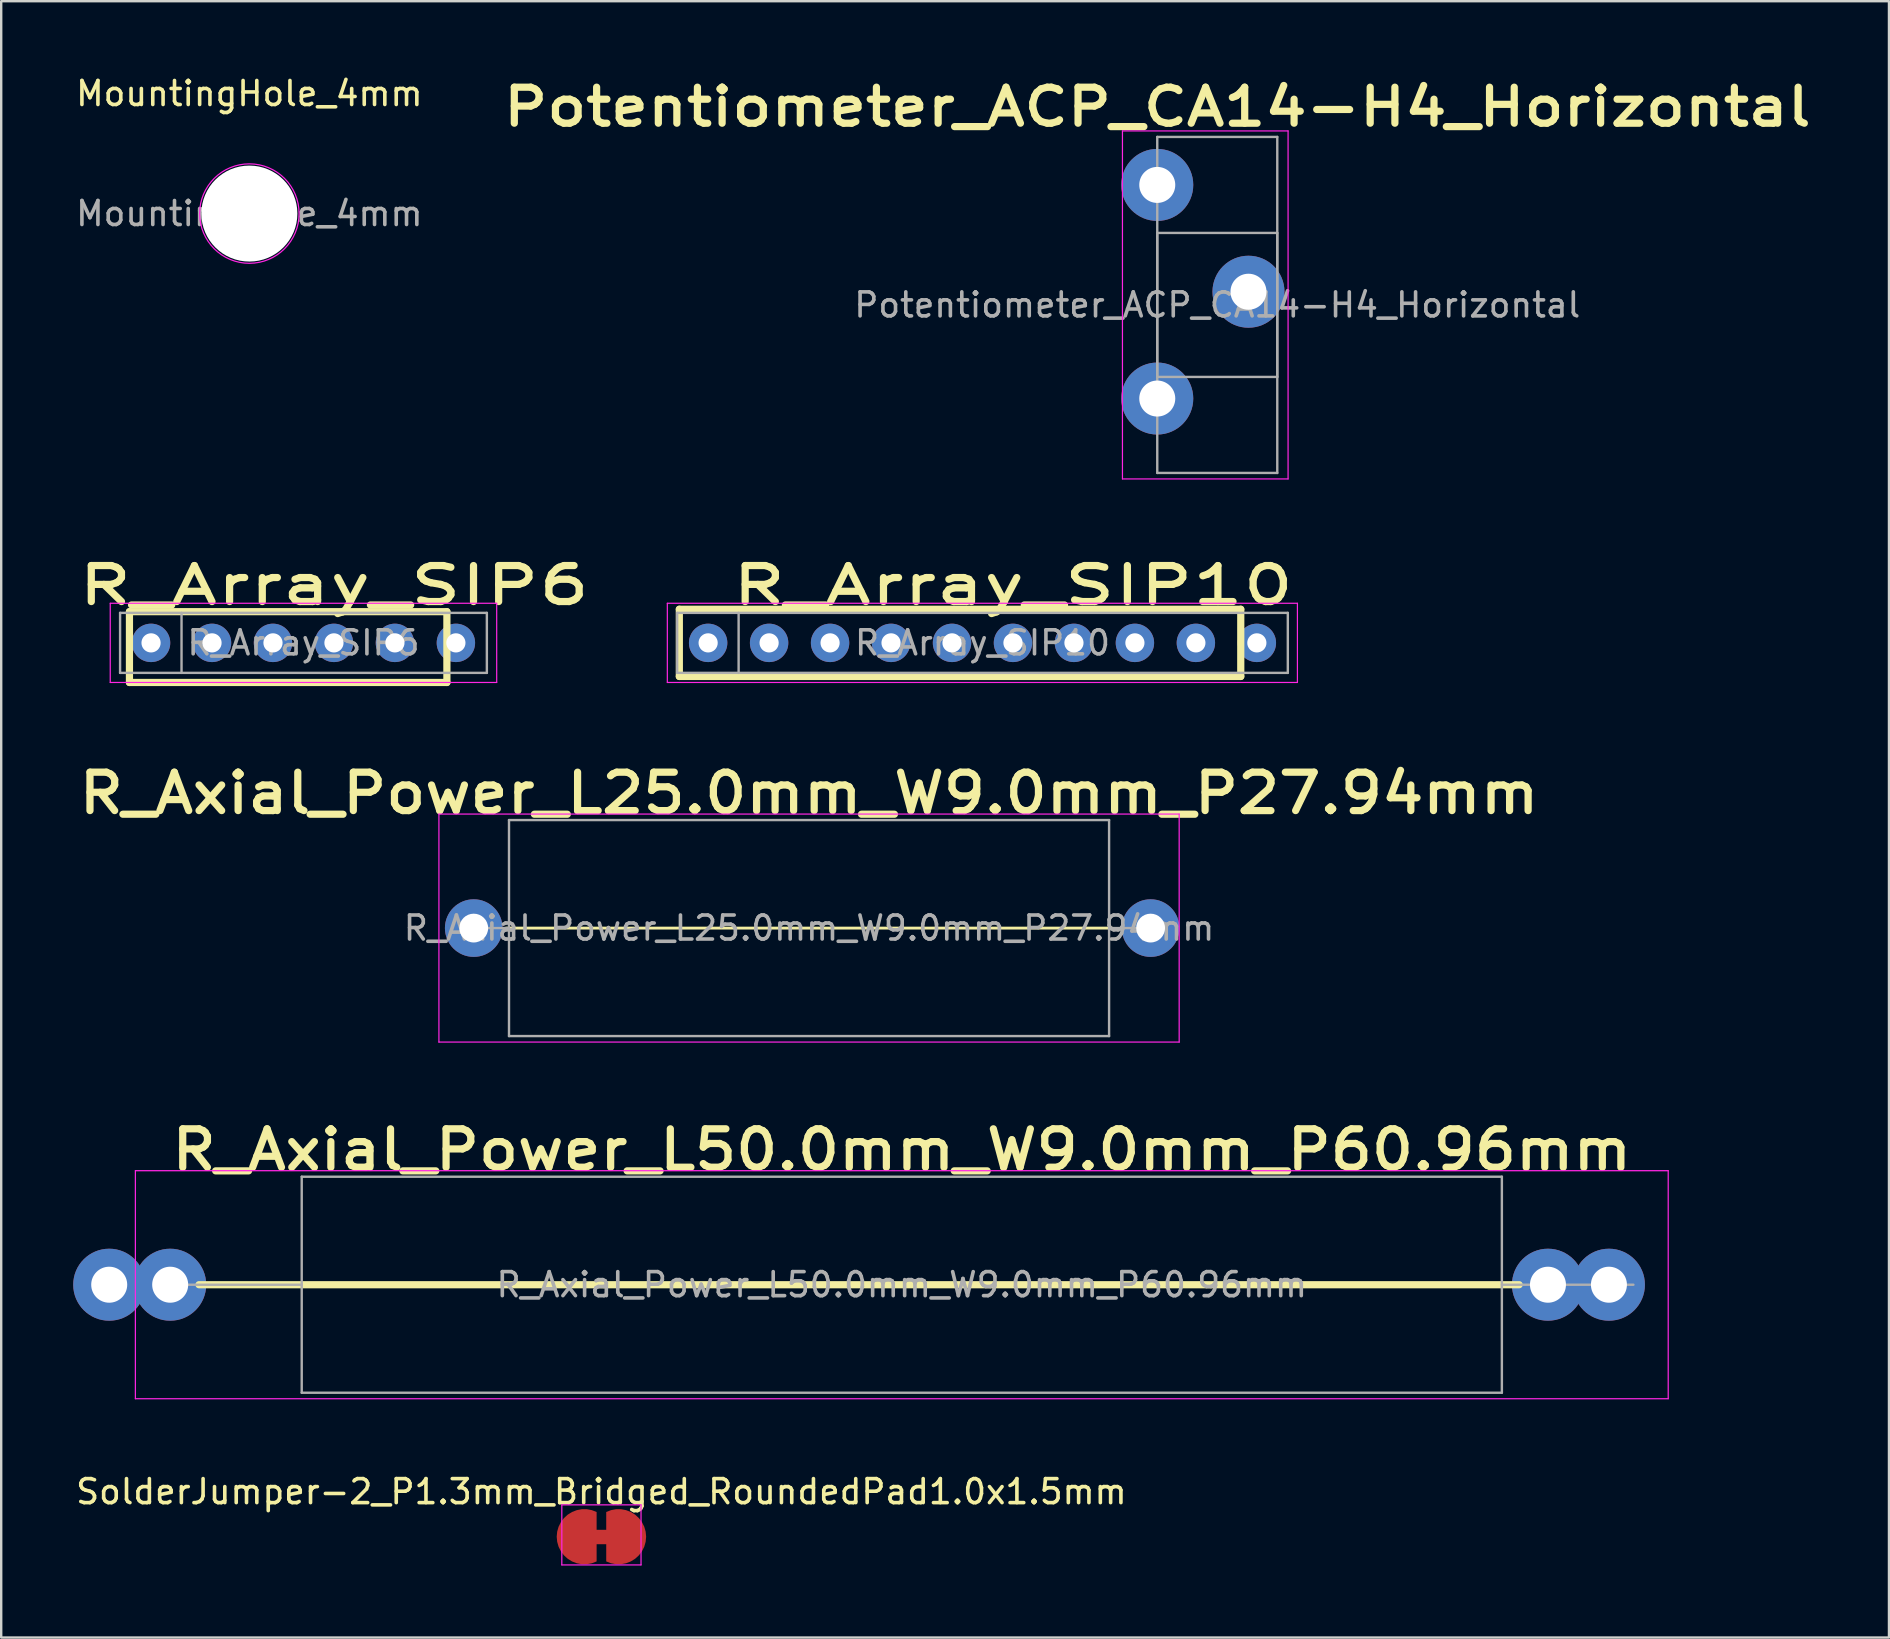
<source format=kicad_pcb>
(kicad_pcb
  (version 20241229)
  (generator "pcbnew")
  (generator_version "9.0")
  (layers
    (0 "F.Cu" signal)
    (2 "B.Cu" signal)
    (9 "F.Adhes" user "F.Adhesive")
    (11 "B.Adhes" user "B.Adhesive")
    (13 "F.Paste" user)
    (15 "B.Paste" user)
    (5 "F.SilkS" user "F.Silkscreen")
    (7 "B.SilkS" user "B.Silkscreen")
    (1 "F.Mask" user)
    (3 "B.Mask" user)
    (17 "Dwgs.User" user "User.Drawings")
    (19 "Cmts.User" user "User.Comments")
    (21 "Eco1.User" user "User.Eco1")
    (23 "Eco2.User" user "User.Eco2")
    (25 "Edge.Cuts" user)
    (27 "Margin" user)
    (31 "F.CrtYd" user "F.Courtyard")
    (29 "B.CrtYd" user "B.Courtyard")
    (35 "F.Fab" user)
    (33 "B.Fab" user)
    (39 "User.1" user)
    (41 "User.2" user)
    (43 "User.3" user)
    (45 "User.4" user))
  (footprint "Potentiometer_ACP_CA14-H4_Horizontal"
    (layer "F.Cu")
    (at 45.163 4.654)
    (property "Reference" "Potentiometer_ACP_CA14-H4_Horizontal" (at 0 -3.25 0) (layer "F.SilkS") (effects (font (size 1.5 1.8) (thickness 0.3) (bold yes))))
    (attr through_hole)
    (fp_line (start -1.45 -2.25) (end -1.45 12.25) (stroke (width 0.05) (type solid)) (layer "F.CrtYd"))
    (fp_line (start -1.45 12.25) (end 5.45 12.25) (stroke (width 0.05) (type solid)) (layer "F.CrtYd"))
    (fp_line (start 5.45 -2.25) (end -1.45 -2.25) (stroke (width 0.05) (type solid)) (layer "F.CrtYd"))
    (fp_line (start 5.45 12.25) (end 5.45 -2.25) (stroke (width 0.05) (type solid)) (layer "F.CrtYd"))
    (fp_line (start 0 -2) (end 5 -2) (stroke (width 0.1) (type solid)) (layer "F.Fab"))
    (fp_line (start 0 2) (end 0 8) (stroke (width 0.1) (type solid)) (layer "F.Fab"))
    (fp_line (start 0 8) (end 5 8) (stroke (width 0.1) (type solid)) (layer "F.Fab"))
    (fp_line (start 0 12) (end 0 -2) (stroke (width 0.1) (type solid)) (layer "F.Fab"))
    (fp_line (start 5 -2) (end 5 12) (stroke (width 0.1) (type solid)) (layer "F.Fab"))
    (fp_line (start 5 2) (end 0 2) (stroke (width 0.1) (type solid)) (layer "F.Fab"))
    (fp_line (start 5 8) (end 5 2) (stroke (width 0.1) (type solid)) (layer "F.Fab"))
    (fp_line (start 5 12) (end 0 12) (stroke (width 0.1) (type solid)) (layer "F.Fab"))
    (fp_text user "${REFERENCE}" (at 2.5 5 0) (layer "F.Fab") (effects (font (size 1 1) (thickness 0.15))))
    (pad "1" thru_hole circle (at 0 8.9) (size 3 3) (drill 1.5) (layers "*.Cu" "*.Mask"))
    (pad "2" thru_hole circle (at 3.8 4.45) (size 3 3) (drill 1.5) (layers "*.Cu" "*.Mask"))
    (pad "3" thru_hole circle (at 0 0) (size 3 3) (drill 1.5) (layers "*.Cu" "*.Mask")))
  (footprint "MountingHole_4mm"
    (layer "F.Cu")
    (at 7.339 5.848)
    (property "Reference" "MountingHole_4mm" (at 0 -5 0) (layer "F.SilkS") (effects (font (size 1 1) (thickness 0.15))))
    (attr exclude_from_pos_files exclude_from_bom)
    (fp_circle (center 0 0) (end 2.05 0.3) (stroke (width 0.05) (type solid)) (fill no) (layer "F.CrtYd"))
    (fp_text user "${REFERENCE}" (at 0 0 0) (layer "F.Fab") (effects (font (size 1 1) (thickness 0.15))))
    (pad "" np_thru_hole circle (at 0 0) (size 4 4) (drill 4) (layers "*.Cu" "*.Mask")))
  (footprint "R_Array_SIP10"
    (layer "F.Cu")
    (at 26.452 23.733)
    (property "Reference" "R_Array_SIP10" (at 12.7 -2.4 0) (layer "F.SilkS") (effects (font (size 1.5 2.2) (thickness 0.3) (bold yes))))
    (attr through_hole)
    (fp_line (start -1.2 -1.4) (end -1.2 1.4) (stroke (width 0.3) (type solid)) (layer "F.SilkS"))
    (fp_line (start -1.2 1.4) (end 22.19 1.4) (stroke (width 0.3) (type solid)) (layer "F.SilkS"))
    (fp_line (start 22.19 -1.4) (end -1.2 -1.4) (stroke (width 0.3) (type solid)) (layer "F.SilkS"))
    (fp_line (start 22.19 1.4) (end 22.19 -1.4) (stroke (width 0.3) (type solid)) (layer "F.SilkS"))
    (fp_line (start -1.7 -1.65) (end -1.7 1.65) (stroke (width 0.05) (type solid)) (layer "F.CrtYd"))
    (fp_line (start -1.7 1.65) (end 24.55 1.65) (stroke (width 0.05) (type solid)) (layer "F.CrtYd"))
    (fp_line (start 24.55 -1.65) (end -1.7 -1.65) (stroke (width 0.05) (type solid)) (layer "F.CrtYd"))
    (fp_line (start 24.55 1.65) (end 24.55 -1.65) (stroke (width 0.05) (type solid)) (layer "F.CrtYd"))
    (fp_line (start -1.29 -1.25) (end -1.29 1.25) (stroke (width 0.1) (type solid)) (layer "F.Fab"))
    (fp_line (start -1.29 1.25) (end 24.15 1.25) (stroke (width 0.1) (type solid)) (layer "F.Fab"))
    (fp_line (start 1.27 -1.25) (end 1.27 1.25) (stroke (width 0.1) (type solid)) (layer "F.Fab"))
    (fp_line (start 24.15 -1.25) (end -1.29 -1.25) (stroke (width 0.1) (type solid)) (layer "F.Fab"))
    (fp_line (start 24.15 1.25) (end 24.15 -1.25) (stroke (width 0.1) (type solid)) (layer "F.Fab"))
    (fp_text user "${REFERENCE}" (at 11.43 0 0) (layer "F.Fab") (effects (font (size 1 1) (thickness 0.15))))
    (pad "1" thru_hole oval (at 0 0) (size 1.6 1.6) (drill 0.8) (layers "*.Cu" "*.Mask"))
    (pad "2" thru_hole oval (at 2.54 0) (size 1.6 1.6) (drill 0.8) (layers "*.Cu" "*.Mask"))
    (pad "3" thru_hole oval (at 5.08 0) (size 1.6 1.6) (drill 0.8) (layers "*.Cu" "*.Mask"))
    (pad "4" thru_hole oval (at 7.62 0) (size 1.6 1.6) (drill 0.8) (layers "*.Cu" "*.Mask"))
    (pad "5" thru_hole oval (at 10.16 0) (size 1.6 1.6) (drill 0.8) (layers "*.Cu" "*.Mask"))
    (pad "6" thru_hole oval (at 12.7 0) (size 1.6 1.6) (drill 0.8) (layers "*.Cu" "*.Mask"))
    (pad "7" thru_hole oval (at 15.24 0) (size 1.6 1.6) (drill 0.8) (layers "*.Cu" "*.Mask"))
    (pad "8" thru_hole oval (at 17.78 0) (size 1.6 1.6) (drill 0.8) (layers "*.Cu" "*.Mask"))
    (pad "9" thru_hole oval (at 20.32 0) (size 1.6 1.6) (drill 0.8) (layers "*.Cu" "*.Mask"))
    (pad "10" thru_hole oval (at 22.86 0) (size 1.6 1.6) (drill 0.8) (layers "*.Cu" "*.Mask")))
  (footprint "R_Axial_Power_L50.0mm_W9.0mm_P60.96mm"
    (layer "F.Cu")
    (at 4.04 50.473)
    (property "Reference" "R_Axial_Power_L50.0mm_W9.0mm_P60.96mm" (at 30.48 -5.62 0) (layer "F.SilkS") (effects (font (size 1.6 1.8) (thickness 0.3) (bold yes))))
    (attr through_hole)
    (fp_line (start 56.2 0) (end 1.2 0) (stroke (width 0.3) (type solid)) (layer "F.SilkS"))
    (fp_line (start -1.45 -4.75) (end -1.45 4.75) (stroke (width 0.05) (type solid)) (layer "F.CrtYd"))
    (fp_line (start -1.45 4.75) (end 62.41 4.75) (stroke (width 0.05) (type solid)) (layer "F.CrtYd"))
    (fp_line (start 62.41 -4.75) (end -1.45 -4.75) (stroke (width 0.05) (type solid)) (layer "F.CrtYd"))
    (fp_line (start 62.41 4.75) (end 62.41 -4.75) (stroke (width 0.05) (type solid)) (layer "F.CrtYd"))
    (fp_line (start 0 0) (end 5.48 0) (stroke (width 0.1) (type solid)) (layer "F.Fab"))
    (fp_line (start 5.48 -4.5) (end 5.48 4.5) (stroke (width 0.1) (type solid)) (layer "F.Fab"))
    (fp_line (start 5.48 4.5) (end 55.48 4.5) (stroke (width 0.1) (type solid)) (layer "F.Fab"))
    (fp_line (start 55.48 -4.5) (end 5.48 -4.5) (stroke (width 0.1) (type solid)) (layer "F.Fab"))
    (fp_line (start 55.48 4.5) (end 55.48 -4.5) (stroke (width 0.1) (type solid)) (layer "F.Fab"))
    (fp_line (start 60.96 0) (end 55.48 0) (stroke (width 0.1) (type solid)) (layer "F.Fab"))
    (fp_text user "${REFERENCE}" (at 30.48 0 0) (layer "F.Fab") (effects (font (size 1 1) (thickness 0.15))))
    (pad "1" thru_hole circle (at -2.54 0) (size 3 3) (drill 1.5) (layers "*.Cu" "*.Mask"))
    (pad "1" thru_hole circle (at 0 0) (size 3 3) (drill 1.5) (layers "*.Cu" "*.Mask"))
    (pad "2" thru_hole oval (at 57.4 0) (size 3 3) (drill 1.5) (layers "*.Cu" "*.Mask"))
    (pad "2" thru_hole oval (at 59.94 0) (size 3 3) (drill 1.5) (layers "*.Cu" "*.Mask")))
  (footprint "SolderJumper-2_P1.3mm_Bridged_RoundedPad1.0x1.5mm"
    (layer "F.Cu")
    (at 22.006 60.896)
    (property "Reference" "SolderJumper-2_P1.3mm_Bridged_RoundedPad1.0x1.5mm" (at 0 -1.8 0) (layer "F.SilkS") (effects (font (size 1 1) (thickness 0.15))))
    (attr exclude_from_pos_files exclude_from_bom)
    (fp_poly (pts (xy 0.25 -0.212) (xy -0.25 -0.212) (xy -0.25 0.388) (xy 0.25 0.388)) (stroke (width 0) (type solid)) (fill yes) (layer "F.Cu"))
    (fp_line (start -1.65 -1.25) (end -1.65 1.25) (stroke (width 0.05) (type solid)) (layer "F.CrtYd"))
    (fp_line (start -1.65 -1.25) (end 1.65 -1.25) (stroke (width 0.05) (type solid)) (layer "F.CrtYd"))
    (fp_line (start 1.65 1.25) (end -1.65 1.25) (stroke (width 0.05) (type solid)) (layer "F.CrtYd"))
    (fp_line (start 1.65 1.25) (end 1.65 -1.25) (stroke (width 0.05) (type solid)) (layer "F.CrtYd"))
    (pad "1" smd custom (at -1 0) (size 1 0.5) (layers "F.Cu") (options (anchor rect)) (primitives (gr_poly (pts (xy 0.8 -0.954) (xy 0.602 -1.031) (xy 0.394 -1.07) (xy 0.181 -1.07) (xy -0.027 -1.031) (xy -0.225 -0.954) (xy -0.406 -0.842) (xy -0.562 -0.699) (xy -0.69 -0.53) (xy -0.785 -0.34) (xy -0.843 -0.136) (xy -0.863 0.075) (xy -0.843 0.287) (xy -0.785 0.491) (xy -0.69 0.681) (xy -0.562 0.85) (xy -0.406 0.993) (xy -0.225 1.105) (xy -0.027 1.182) (xy 0.181 1.221) (xy 0.394 1.221) (xy 0.602 1.182) (xy 0.8 1.105)) (width 0) (fill yes))))
    (pad "2" smd custom (at 1 0) (size 1 0.5) (layers "F.Cu") (options (anchor rect)) (primitives (gr_poly (pts (xy -0.8 1.105) (xy -0.602 1.182) (xy -0.394 1.221) (xy -0.181 1.221) (xy 0.027 1.182) (xy 0.225 1.105) (xy 0.406 0.993) (xy 0.562 0.85) (xy 0.69 0.681) (xy 0.785 0.491) (xy 0.843 0.287) (xy 0.863 0.075) (xy 0.843 -0.136) (xy 0.785 -0.34) (xy 0.69 -0.53) (xy 0.562 -0.699) (xy 0.406 -0.842) (xy 0.225 -0.954) (xy 0.027 -1.031) (xy -0.181 -1.07) (xy -0.394 -1.07) (xy -0.602 -1.031) (xy -0.8 -0.954)) (width 0) (fill yes)))))
  (footprint "R_Axial_Power_L25.0mm_W9.0mm_P27.94mm"
    (layer "F.Cu")
    (at 16.686 35.615)
    (property "Reference" "R_Axial_Power_L25.0mm_W9.0mm_P27.94mm" (at 13.97 -5.62 0) (layer "F.SilkS") (effects (font (size 1.6 1.8) (thickness 0.3) (bold yes))))
    (attr through_hole)
    (fp_line (start 1.35 0) (end 26.59 0) (stroke (width 0.12) (type solid)) (layer "F.SilkS"))
    (fp_line (start -1.45 -4.75) (end -1.45 4.75) (stroke (width 0.05) (type solid)) (layer "F.CrtYd"))
    (fp_line (start -1.45 4.75) (end 29.39 4.75) (stroke (width 0.05) (type solid)) (layer "F.CrtYd"))
    (fp_line (start 29.39 -4.75) (end -1.45 -4.75) (stroke (width 0.05) (type solid)) (layer "F.CrtYd"))
    (fp_line (start 29.39 4.75) (end 29.39 -4.75) (stroke (width 0.05) (type solid)) (layer "F.CrtYd"))
    (fp_line (start 0 0) (end 1.47 0) (stroke (width 0.1) (type solid)) (layer "F.Fab"))
    (fp_line (start 1.47 -4.5) (end 1.47 4.5) (stroke (width 0.1) (type solid)) (layer "F.Fab"))
    (fp_line (start 1.47 4.5) (end 26.47 4.5) (stroke (width 0.1) (type solid)) (layer "F.Fab"))
    (fp_line (start 26.47 -4.5) (end 1.47 -4.5) (stroke (width 0.1) (type solid)) (layer "F.Fab"))
    (fp_line (start 26.47 4.5) (end 26.47 -4.5) (stroke (width 0.1) (type solid)) (layer "F.Fab"))
    (fp_line (start 27.94 0) (end 26.47 0) (stroke (width 0.1) (type solid)) (layer "F.Fab"))
    (fp_text user "${REFERENCE}" (at 13.97 0 0) (layer "F.Fab") (effects (font (size 1 1) (thickness 0.15))))
    (pad "1" thru_hole circle (at 0 0) (size 2.4 2.4) (drill 1.2) (layers "*.Cu" "*.Mask"))
    (pad "2" thru_hole oval (at 28.2 0) (size 2.4 2.4) (drill 1.2) (layers "*.Cu" "*.Mask")))
  (footprint "R_Array_SIP6"
    (layer "F.Cu")
    (at 3.243 23.733)
    (property "Reference" "R_Array_SIP6" (at 7.62 -2.4 0) (layer "F.SilkS") (effects (font (size 1.5 2.2) (thickness 0.3) (bold yes))))
    (attr through_hole)
    (fp_line (start -0.9 -1.3) (end -0.9 1.65) (stroke (width 0.3) (type solid)) (layer "F.SilkS"))
    (fp_line (start -0.9 1.65) (end 12.325 1.65) (stroke (width 0.3) (type solid)) (layer "F.SilkS"))
    (fp_line (start 12.325 -1.3) (end -0.9 -1.3) (stroke (width 0.3) (type solid)) (layer "F.SilkS"))
    (fp_line (start 12.325 1.65) (end 12.325 -1.3) (stroke (width 0.3) (type solid)) (layer "F.SilkS"))
    (fp_line (start -1.7 -1.65) (end -1.7 1.65) (stroke (width 0.05) (type solid)) (layer "F.CrtYd"))
    (fp_line (start -1.7 1.65) (end 14.4 1.65) (stroke (width 0.05) (type solid)) (layer "F.CrtYd"))
    (fp_line (start 14.4 -1.65) (end -1.7 -1.65) (stroke (width 0.05) (type solid)) (layer "F.CrtYd"))
    (fp_line (start 14.4 1.65) (end 14.4 -1.65) (stroke (width 0.05) (type solid)) (layer "F.CrtYd"))
    (fp_line (start -1.29 -1.25) (end -1.29 1.25) (stroke (width 0.1) (type solid)) (layer "F.Fab"))
    (fp_line (start -1.29 1.25) (end 13.99 1.25) (stroke (width 0.1) (type solid)) (layer "F.Fab"))
    (fp_line (start 1.27 -1.25) (end 1.27 1.25) (stroke (width 0.1) (type solid)) (layer "F.Fab"))
    (fp_line (start 13.99 -1.25) (end -1.29 -1.25) (stroke (width 0.1) (type solid)) (layer "F.Fab"))
    (fp_line (start 13.99 1.25) (end 13.99 -1.25) (stroke (width 0.1) (type solid)) (layer "F.Fab"))
    (fp_text user "${REFERENCE}" (at 6.35 0 0) (layer "F.Fab") (effects (font (size 1 1) (thickness 0.15))))
    (pad "1" thru_hole circle (at 0 0) (size 1.6 1.6) (drill 0.8) (layers "*.Cu" "*.Mask"))
    (pad "2" thru_hole oval (at 2.54 0) (size 1.6 1.6) (drill 0.8) (layers "*.Cu" "*.Mask"))
    (pad "3" thru_hole oval (at 5.08 0) (size 1.6 1.6) (drill 0.8) (layers "*.Cu" "*.Mask"))
    (pad "4" thru_hole oval (at 7.62 0) (size 1.6 1.6) (drill 0.8) (layers "*.Cu" "*.Mask"))
    (pad "5" thru_hole oval (at 10.16 0) (size 1.6 1.6) (drill 0.8) (layers "*.Cu" "*.Mask"))
    (pad "6" thru_hole oval (at 12.7 0) (size 1.6 1.6) (drill 0.8) (layers "*.Cu" "*.Mask")))
  (gr_rect
    (start -3 -3)
    (end 75.647 65.171)
    (stroke (width 0.1) (type default))
    (fill no)
    (layer "Edge.Cuts")))
</source>
